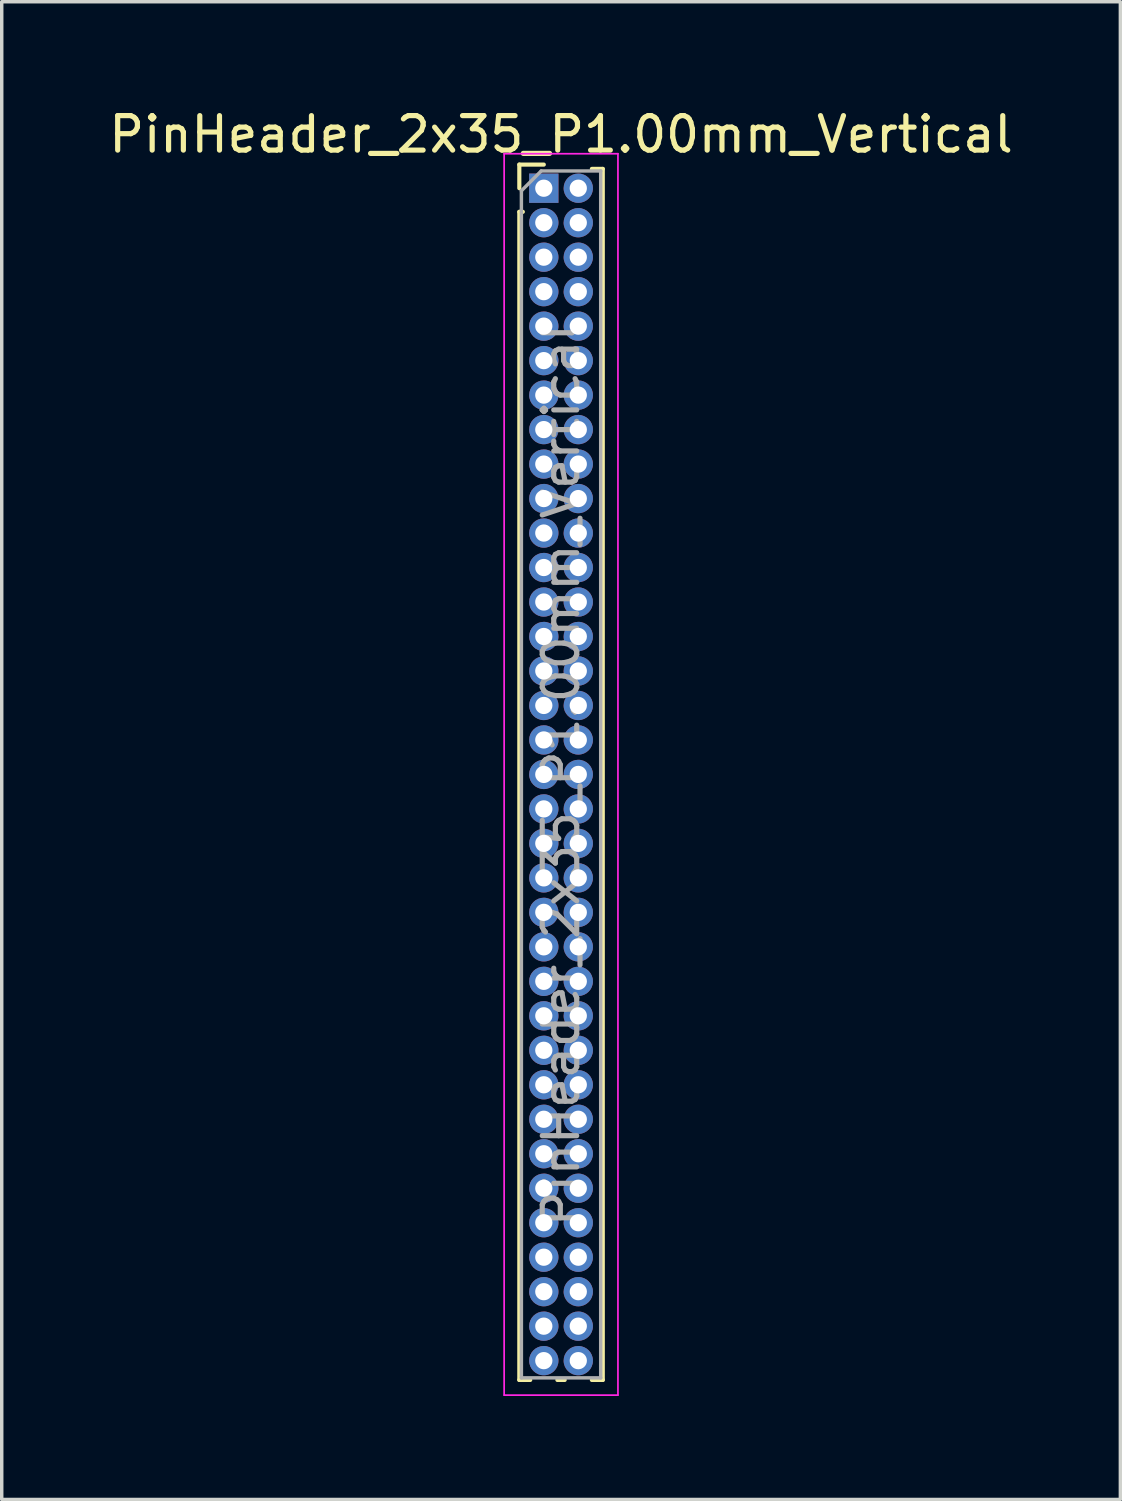
<source format=kicad_pcb>
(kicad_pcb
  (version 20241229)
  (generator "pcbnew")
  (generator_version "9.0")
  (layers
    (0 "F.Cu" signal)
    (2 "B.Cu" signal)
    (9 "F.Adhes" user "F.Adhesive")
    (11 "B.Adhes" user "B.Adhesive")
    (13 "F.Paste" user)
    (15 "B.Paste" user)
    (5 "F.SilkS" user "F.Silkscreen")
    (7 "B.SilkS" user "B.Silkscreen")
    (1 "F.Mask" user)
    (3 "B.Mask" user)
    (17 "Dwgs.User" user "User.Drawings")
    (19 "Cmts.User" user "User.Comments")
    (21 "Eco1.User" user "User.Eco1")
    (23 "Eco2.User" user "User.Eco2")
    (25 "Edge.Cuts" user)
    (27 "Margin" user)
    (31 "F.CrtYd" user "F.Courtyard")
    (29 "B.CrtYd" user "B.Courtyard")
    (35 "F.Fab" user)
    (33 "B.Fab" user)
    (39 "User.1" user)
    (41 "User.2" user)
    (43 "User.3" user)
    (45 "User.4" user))
  (footprint "PinHeader_2x35_P1.00mm_Vertical"
    (layer "F.Cu")
    (at 12.72 2.408)
    (property "Reference" "PinHeader_2x35_P1.00mm_Vertical" (at 0.5 -1.56 0) (layer "F.SilkS") (effects (font (size 1 1) (thickness 0.15))))
    (attr through_hole)
    (fp_line (start -0.71 -0.685) (end 0 -0.685) (stroke (width 0.12) (type solid)) (layer "F.SilkS"))
    (fp_line (start -0.71 0) (end -0.71 -0.685) (stroke (width 0.12) (type solid)) (layer "F.SilkS"))
    (fp_line (start -0.71 0.685) (end -0.71 34.56) (stroke (width 0.12) (type solid)) (layer "F.SilkS"))
    (fp_line (start -0.71 0.685) (end -0.608 0.685) (stroke (width 0.12) (type solid)) (layer "F.SilkS"))
    (fp_line (start -0.71 34.56) (end -0.394 34.56) (stroke (width 0.12) (type solid)) (layer "F.SilkS"))
    (fp_line (start 0.394 34.56) (end 0.606 34.56) (stroke (width 0.12) (type solid)) (layer "F.SilkS"))
    (fp_line (start 1.394 -0.56) (end 1.71 -0.56) (stroke (width 0.12) (type solid)) (layer "F.SilkS"))
    (fp_line (start 1.394 34.56) (end 1.71 34.56) (stroke (width 0.12) (type solid)) (layer "F.SilkS"))
    (fp_line (start 1.71 -0.56) (end 1.71 34.56) (stroke (width 0.12) (type solid)) (layer "F.SilkS"))
    (fp_line (start -1.15 -1) (end -1.15 35) (stroke (width 0.05) (type solid)) (layer "F.CrtYd"))
    (fp_line (start -1.15 35) (end 2.15 35) (stroke (width 0.05) (type solid)) (layer "F.CrtYd"))
    (fp_line (start 2.15 -1) (end -1.15 -1) (stroke (width 0.05) (type solid)) (layer "F.CrtYd"))
    (fp_line (start 2.15 35) (end 2.15 -1) (stroke (width 0.05) (type solid)) (layer "F.CrtYd"))
    (fp_line (start -0.65 0.075) (end -0.075 -0.5) (stroke (width 0.1) (type solid)) (layer "F.Fab"))
    (fp_line (start -0.65 34.5) (end -0.65 0.075) (stroke (width 0.1) (type solid)) (layer "F.Fab"))
    (fp_line (start -0.075 -0.5) (end 1.65 -0.5) (stroke (width 0.1) (type solid)) (layer "F.Fab"))
    (fp_line (start 1.65 -0.5) (end 1.65 34.5) (stroke (width 0.1) (type solid)) (layer "F.Fab"))
    (fp_line (start 1.65 34.5) (end -0.65 34.5) (stroke (width 0.1) (type solid)) (layer "F.Fab"))
    (fp_text user "${REFERENCE}" (at 0.5 17 90) (layer "F.Fab") (effects (font (size 1 1) (thickness 0.15))))
    (pad "1" thru_hole rect (at 0 0) (size 0.85 0.85) (drill 0.5) (layers "*.Cu" "*.Mask"))
    (pad "2" thru_hole oval (at 1 0) (size 0.85 0.85) (drill 0.5) (layers "*.Cu" "*.Mask"))
    (pad "3" thru_hole oval (at 0 1) (size 0.85 0.85) (drill 0.5) (layers "*.Cu" "*.Mask"))
    (pad "4" thru_hole oval (at 1 1) (size 0.85 0.85) (drill 0.5) (layers "*.Cu" "*.Mask"))
    (pad "5" thru_hole oval (at 0 2) (size 0.85 0.85) (drill 0.5) (layers "*.Cu" "*.Mask"))
    (pad "6" thru_hole oval (at 1 2) (size 0.85 0.85) (drill 0.5) (layers "*.Cu" "*.Mask"))
    (pad "7" thru_hole oval (at 0 3) (size 0.85 0.85) (drill 0.5) (layers "*.Cu" "*.Mask"))
    (pad "8" thru_hole oval (at 1 3) (size 0.85 0.85) (drill 0.5) (layers "*.Cu" "*.Mask"))
    (pad "9" thru_hole oval (at 0 4) (size 0.85 0.85) (drill 0.5) (layers "*.Cu" "*.Mask"))
    (pad "10" thru_hole oval (at 1 4) (size 0.85 0.85) (drill 0.5) (layers "*.Cu" "*.Mask"))
    (pad "11" thru_hole oval (at 0 5) (size 0.85 0.85) (drill 0.5) (layers "*.Cu" "*.Mask"))
    (pad "12" thru_hole oval (at 1 5) (size 0.85 0.85) (drill 0.5) (layers "*.Cu" "*.Mask"))
    (pad "13" thru_hole oval (at 0 6) (size 0.85 0.85) (drill 0.5) (layers "*.Cu" "*.Mask"))
    (pad "14" thru_hole oval (at 1 6) (size 0.85 0.85) (drill 0.5) (layers "*.Cu" "*.Mask"))
    (pad "15" thru_hole oval (at 0 7) (size 0.85 0.85) (drill 0.5) (layers "*.Cu" "*.Mask"))
    (pad "16" thru_hole oval (at 1 7) (size 0.85 0.85) (drill 0.5) (layers "*.Cu" "*.Mask"))
    (pad "17" thru_hole oval (at 0 8) (size 0.85 0.85) (drill 0.5) (layers "*.Cu" "*.Mask"))
    (pad "18" thru_hole oval (at 1 8) (size 0.85 0.85) (drill 0.5) (layers "*.Cu" "*.Mask"))
    (pad "19" thru_hole oval (at 0 9) (size 0.85 0.85) (drill 0.5) (layers "*.Cu" "*.Mask"))
    (pad "20" thru_hole oval (at 1 9) (size 0.85 0.85) (drill 0.5) (layers "*.Cu" "*.Mask"))
    (pad "21" thru_hole oval (at 0 10) (size 0.85 0.85) (drill 0.5) (layers "*.Cu" "*.Mask"))
    (pad "22" thru_hole oval (at 1 10) (size 0.85 0.85) (drill 0.5) (layers "*.Cu" "*.Mask"))
    (pad "23" thru_hole oval (at 0 11) (size 0.85 0.85) (drill 0.5) (layers "*.Cu" "*.Mask"))
    (pad "24" thru_hole oval (at 1 11) (size 0.85 0.85) (drill 0.5) (layers "*.Cu" "*.Mask"))
    (pad "25" thru_hole oval (at 0 12) (size 0.85 0.85) (drill 0.5) (layers "*.Cu" "*.Mask"))
    (pad "26" thru_hole oval (at 1 12) (size 0.85 0.85) (drill 0.5) (layers "*.Cu" "*.Mask"))
    (pad "27" thru_hole oval (at 0 13) (size 0.85 0.85) (drill 0.5) (layers "*.Cu" "*.Mask"))
    (pad "28" thru_hole oval (at 1 13) (size 0.85 0.85) (drill 0.5) (layers "*.Cu" "*.Mask"))
    (pad "29" thru_hole oval (at 0 14) (size 0.85 0.85) (drill 0.5) (layers "*.Cu" "*.Mask"))
    (pad "30" thru_hole oval (at 1 14) (size 0.85 0.85) (drill 0.5) (layers "*.Cu" "*.Mask"))
    (pad "31" thru_hole oval (at 0 15) (size 0.85 0.85) (drill 0.5) (layers "*.Cu" "*.Mask"))
    (pad "32" thru_hole oval (at 1 15) (size 0.85 0.85) (drill 0.5) (layers "*.Cu" "*.Mask"))
    (pad "33" thru_hole oval (at 0 16) (size 0.85 0.85) (drill 0.5) (layers "*.Cu" "*.Mask"))
    (pad "34" thru_hole oval (at 1 16) (size 0.85 0.85) (drill 0.5) (layers "*.Cu" "*.Mask"))
    (pad "35" thru_hole oval (at 0 17) (size 0.85 0.85) (drill 0.5) (layers "*.Cu" "*.Mask"))
    (pad "36" thru_hole oval (at 1 17) (size 0.85 0.85) (drill 0.5) (layers "*.Cu" "*.Mask"))
    (pad "37" thru_hole oval (at 0 18) (size 0.85 0.85) (drill 0.5) (layers "*.Cu" "*.Mask"))
    (pad "38" thru_hole oval (at 1 18) (size 0.85 0.85) (drill 0.5) (layers "*.Cu" "*.Mask"))
    (pad "39" thru_hole oval (at 0 19) (size 0.85 0.85) (drill 0.5) (layers "*.Cu" "*.Mask"))
    (pad "40" thru_hole oval (at 1 19) (size 0.85 0.85) (drill 0.5) (layers "*.Cu" "*.Mask"))
    (pad "41" thru_hole oval (at 0 20) (size 0.85 0.85) (drill 0.5) (layers "*.Cu" "*.Mask"))
    (pad "42" thru_hole oval (at 1 20) (size 0.85 0.85) (drill 0.5) (layers "*.Cu" "*.Mask"))
    (pad "43" thru_hole oval (at 0 21) (size 0.85 0.85) (drill 0.5) (layers "*.Cu" "*.Mask"))
    (pad "44" thru_hole oval (at 1 21) (size 0.85 0.85) (drill 0.5) (layers "*.Cu" "*.Mask"))
    (pad "45" thru_hole oval (at 0 22) (size 0.85 0.85) (drill 0.5) (layers "*.Cu" "*.Mask"))
    (pad "46" thru_hole oval (at 1 22) (size 0.85 0.85) (drill 0.5) (layers "*.Cu" "*.Mask"))
    (pad "47" thru_hole oval (at 0 23) (size 0.85 0.85) (drill 0.5) (layers "*.Cu" "*.Mask"))
    (pad "48" thru_hole oval (at 1 23) (size 0.85 0.85) (drill 0.5) (layers "*.Cu" "*.Mask"))
    (pad "49" thru_hole oval (at 0 24) (size 0.85 0.85) (drill 0.5) (layers "*.Cu" "*.Mask"))
    (pad "50" thru_hole oval (at 1 24) (size 0.85 0.85) (drill 0.5) (layers "*.Cu" "*.Mask"))
    (pad "51" thru_hole oval (at 0 25) (size 0.85 0.85) (drill 0.5) (layers "*.Cu" "*.Mask"))
    (pad "52" thru_hole oval (at 1 25) (size 0.85 0.85) (drill 0.5) (layers "*.Cu" "*.Mask"))
    (pad "53" thru_hole oval (at 0 26) (size 0.85 0.85) (drill 0.5) (layers "*.Cu" "*.Mask"))
    (pad "54" thru_hole oval (at 1 26) (size 0.85 0.85) (drill 0.5) (layers "*.Cu" "*.Mask"))
    (pad "55" thru_hole oval (at 0 27) (size 0.85 0.85) (drill 0.5) (layers "*.Cu" "*.Mask"))
    (pad "56" thru_hole oval (at 1 27) (size 0.85 0.85) (drill 0.5) (layers "*.Cu" "*.Mask"))
    (pad "57" thru_hole oval (at 0 28) (size 0.85 0.85) (drill 0.5) (layers "*.Cu" "*.Mask"))
    (pad "58" thru_hole oval (at 1 28) (size 0.85 0.85) (drill 0.5) (layers "*.Cu" "*.Mask"))
    (pad "59" thru_hole oval (at 0 29) (size 0.85 0.85) (drill 0.5) (layers "*.Cu" "*.Mask"))
    (pad "60" thru_hole oval (at 1 29) (size 0.85 0.85) (drill 0.5) (layers "*.Cu" "*.Mask"))
    (pad "61" thru_hole oval (at 0 30) (size 0.85 0.85) (drill 0.5) (layers "*.Cu" "*.Mask"))
    (pad "62" thru_hole oval (at 1 30) (size 0.85 0.85) (drill 0.5) (layers "*.Cu" "*.Mask"))
    (pad "63" thru_hole oval (at 0 31) (size 0.85 0.85) (drill 0.5) (layers "*.Cu" "*.Mask"))
    (pad "64" thru_hole oval (at 1 31) (size 0.85 0.85) (drill 0.5) (layers "*.Cu" "*.Mask"))
    (pad "65" thru_hole oval (at 0 32) (size 0.85 0.85) (drill 0.5) (layers "*.Cu" "*.Mask"))
    (pad "66" thru_hole oval (at 1 32) (size 0.85 0.85) (drill 0.5) (layers "*.Cu" "*.Mask"))
    (pad "67" thru_hole oval (at 0 33) (size 0.85 0.85) (drill 0.5) (layers "*.Cu" "*.Mask"))
    (pad "68" thru_hole oval (at 1 33) (size 0.85 0.85) (drill 0.5) (layers "*.Cu" "*.Mask"))
    (pad "69" thru_hole oval (at 0 34) (size 0.85 0.85) (drill 0.5) (layers "*.Cu" "*.Mask"))
    (pad "70" thru_hole oval (at 1 34) (size 0.85 0.85) (drill 0.5) (layers "*.Cu" "*.Mask")))
  (gr_rect
    (start -3 -3)
    (end 29.44 40.433)
    (stroke (width 0.1) (type default))
    (fill no)
    (layer "Edge.Cuts")))
</source>
